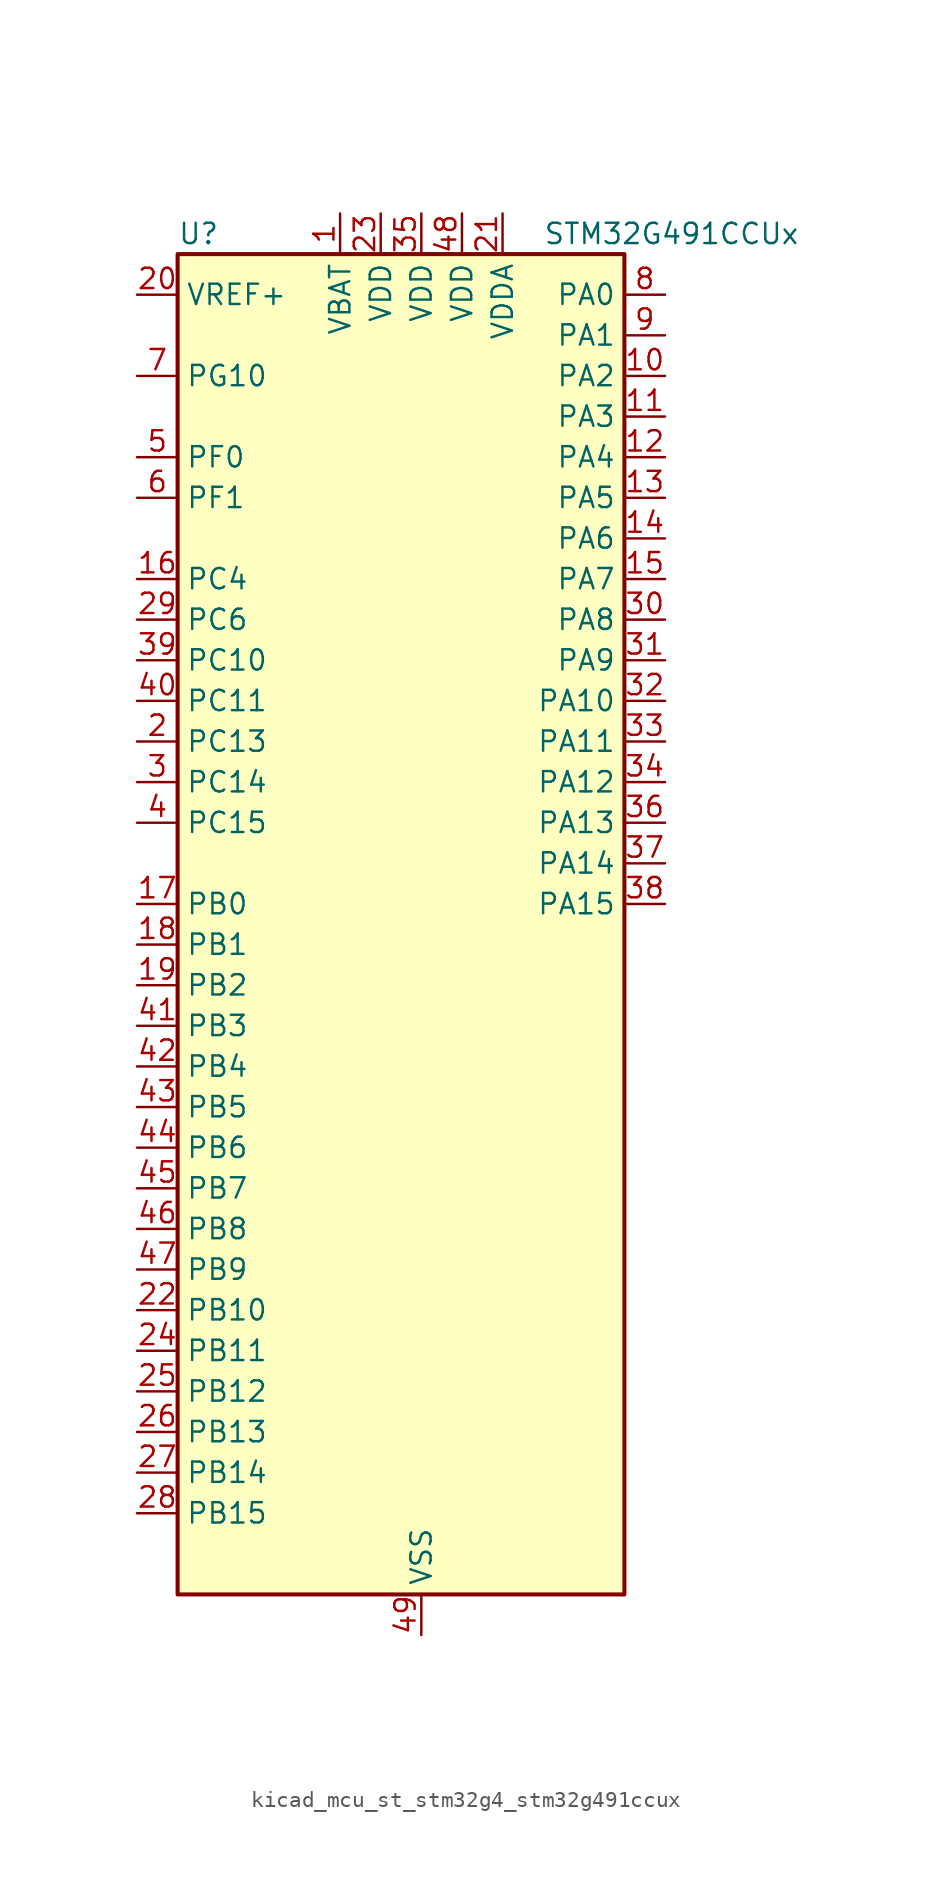
<source format=kicad_sym>
(kicad_symbol_lib
  (version 20220914)
  (generator kicad_symbol_editor)
  (symbol "kicad_mcu_st_stm32g4_stm32g491ccux"
    (property "Reference" "U"
      (at -12.7 44.45 0)
      (effects (font (size 1.27 1.27)) (justify left)))
    (property "Value" "STM32G491CCUx"
      (at 10.16 44.45 0)
      (effects (font (size 1.27 1.27)) (justify left)))
    (property "ki_locked" ""
      (at 0 0 0)
      (effects (font (size 1.27 1.27))))
    (symbol "kicad_mcu_st_stm32g4_stm32g491ccux_0_1"
      (rectangle (start -12.7 -40.64) (end 15.24 43.18) (stroke (width 0.254) (type default)) (fill (type background))))
    (symbol "kicad_mcu_st_stm32g4_stm32g491ccux_1_1"
      (pin power_in line (at -2.54 45.72 270) (length 2.54) (name "VBAT" (effects (font (size 1.27 1.27)))) (number "1" (effects (font (size 1.27 1.27)))))
      (pin bidirectional line (at 17.78 35.56 180) (length 2.54) (name "PA2" (effects (font (size 1.27 1.27)))) (number "10" (effects (font (size 1.27 1.27)))) (alternate "ADC1_IN3" bidirectional line) (alternate "ADC3_EXTI2" bidirectional line) (alternate "COMP2_INM" bidirectional line) (alternate "COMP2_OUT" bidirectional line) (alternate "LPUART1_TX" bidirectional line) (alternate "OPAMP1_VOUT" bidirectional line) (alternate "QUADSPI1_BK1_NCS" bidirectional line) (alternate "RCC_LSCO" bidirectional line) (alternate "SYS_WKUP4" bidirectional line) (alternate "TIM15_CH1" bidirectional line) (alternate "TIM2_CH3" bidirectional line) (alternate "UCPD1_FRSTX1" bidirectional line) (alternate "UCPD1_FRSTX2" bidirectional line) (alternate "USART2_TX" bidirectional line))
      (pin bidirectional line (at 17.78 33.02 180) (length 2.54) (name "PA3" (effects (font (size 1.27 1.27)))) (number "11" (effects (font (size 1.27 1.27)))) (alternate "ADC1_IN4" bidirectional line) (alternate "ADC3_EXTI3" bidirectional line) (alternate "COMP2_INP" bidirectional line) (alternate "LPUART1_RX" bidirectional line) (alternate "OPAMP1_VINM" bidirectional line) (alternate "OPAMP1_VINM0" bidirectional line) (alternate "OPAMP1_VINM_SEC" bidirectional line) (alternate "OPAMP1_VINP" bidirectional line) (alternate "OPAMP1_VINP_SEC" bidirectional line) (alternate "QUADSPI1_CLK" bidirectional line) (alternate "SAI1_CK1" bidirectional line) (alternate "SAI1_MCLK_A" bidirectional line) (alternate "TIM15_CH2" bidirectional line) (alternate "TIM2_CH4" bidirectional line) (alternate "USART2_RX" bidirectional line))
      (pin bidirectional line (at 17.78 30.48 180) (length 2.54) (name "PA4" (effects (font (size 1.27 1.27)))) (number "12" (effects (font (size 1.27 1.27)))) (alternate "ADC2_IN17" bidirectional line) (alternate "COMP1_INM" bidirectional line) (alternate "DAC1_OUT1" bidirectional line) (alternate "I2S3_WS" bidirectional line) (alternate "SAI1_FS_B" bidirectional line) (alternate "SPI1_NSS" bidirectional line) (alternate "SPI3_NSS" bidirectional line) (alternate "TIM3_CH2" bidirectional line) (alternate "USART2_CK" bidirectional line))
      (pin bidirectional line (at 17.78 27.94 180) (length 2.54) (name "PA5" (effects (font (size 1.27 1.27)))) (number "13" (effects (font (size 1.27 1.27)))) (alternate "ADC2_IN13" bidirectional line) (alternate "COMP2_INM" bidirectional line) (alternate "DAC1_OUT2" bidirectional line) (alternate "OPAMP2_VINM" bidirectional line) (alternate "OPAMP2_VINM0" bidirectional line) (alternate "OPAMP2_VINM_SEC" bidirectional line) (alternate "SPI1_SCK" bidirectional line) (alternate "TIM2_CH1" bidirectional line) (alternate "TIM2_ETR" bidirectional line) (alternate "UCPD1_FRSTX1" bidirectional line) (alternate "UCPD1_FRSTX2" bidirectional line))
      (pin bidirectional line (at 17.78 25.4 180) (length 2.54) (name "PA6" (effects (font (size 1.27 1.27)))) (number "14" (effects (font (size 1.27 1.27)))) (alternate "ADC2_IN3" bidirectional line) (alternate "COMP1_OUT" bidirectional line) (alternate "LPUART1_CTS" bidirectional line) (alternate "OPAMP2_VOUT" bidirectional line) (alternate "QUADSPI1_BK1_IO3" bidirectional line) (alternate "SPI1_MISO" bidirectional line) (alternate "TIM16_CH1" bidirectional line) (alternate "TIM1_BKIN" bidirectional line) (alternate "TIM3_CH1" bidirectional line) (alternate "TIM8_BKIN" bidirectional line))
      (pin bidirectional line (at 17.78 22.86 180) (length 2.54) (name "PA7" (effects (font (size 1.27 1.27)))) (number "15" (effects (font (size 1.27 1.27)))) (alternate "ADC2_IN4" bidirectional line) (alternate "COMP2_INP" bidirectional line) (alternate "COMP2_OUT" bidirectional line) (alternate "OPAMP1_VINP" bidirectional line) (alternate "OPAMP1_VINP_SEC" bidirectional line) (alternate "OPAMP2_VINP" bidirectional line) (alternate "OPAMP2_VINP_SEC" bidirectional line) (alternate "QUADSPI1_BK1_IO2" bidirectional line) (alternate "SPI1_MOSI" bidirectional line) (alternate "TIM17_CH1" bidirectional line) (alternate "TIM1_CH1N" bidirectional line) (alternate "TIM3_CH2" bidirectional line) (alternate "TIM8_CH1N" bidirectional line) (alternate "UCPD1_FRSTX1" bidirectional line) (alternate "UCPD1_FRSTX2" bidirectional line))
      (pin bidirectional line (at -15.24 22.86 0) (length 2.54) (name "PC4" (effects (font (size 1.27 1.27)))) (number "16" (effects (font (size 1.27 1.27)))) (alternate "ADC2_IN5" bidirectional line) (alternate "I2C2_SCL" bidirectional line) (alternate "QUADSPI1_BK2_IO3" bidirectional line) (alternate "TIM1_ETR" bidirectional line) (alternate "USART1_TX" bidirectional line))
      (pin bidirectional line (at -15.24 2.54 0) (length 2.54) (name "PB0" (effects (font (size 1.27 1.27)))) (number "17" (effects (font (size 1.27 1.27)))) (alternate "ADC1_IN15" bidirectional line) (alternate "ADC3_IN12" bidirectional line) (alternate "COMP4_INP" bidirectional line) (alternate "OPAMP2_VINP" bidirectional line) (alternate "OPAMP2_VINP_SEC" bidirectional line) (alternate "OPAMP3_VINP" bidirectional line) (alternate "OPAMP3_VINP_SEC" bidirectional line) (alternate "QUADSPI1_BK1_IO1" bidirectional line) (alternate "TIM1_CH2N" bidirectional line) (alternate "TIM3_CH3" bidirectional line) (alternate "TIM8_CH2N" bidirectional line) (alternate "UCPD1_FRSTX1" bidirectional line) (alternate "UCPD1_FRSTX2" bidirectional line))
      (pin bidirectional line (at -15.24 0 0) (length 2.54) (name "PB1" (effects (font (size 1.27 1.27)))) (number "18" (effects (font (size 1.27 1.27)))) (alternate "ADC1_IN12" bidirectional line) (alternate "ADC3_IN1" bidirectional line) (alternate "COMP1_INP" bidirectional line) (alternate "COMP4_OUT" bidirectional line) (alternate "LPUART1_DE" bidirectional line) (alternate "LPUART1_RTS" bidirectional line) (alternate "OPAMP3_VOUT" bidirectional line) (alternate "OPAMP6_VINM" bidirectional line) (alternate "OPAMP6_VINM1" bidirectional line) (alternate "OPAMP6_VINM_SEC" bidirectional line) (alternate "QUADSPI1_BK1_IO0" bidirectional line) (alternate "TIM1_CH3N" bidirectional line) (alternate "TIM3_CH4" bidirectional line) (alternate "TIM8_CH3N" bidirectional line))
      (pin bidirectional line (at -15.24 -2.54 0) (length 2.54) (name "PB2" (effects (font (size 1.27 1.27)))) (number "19" (effects (font (size 1.27 1.27)))) (alternate "ADC2_IN12" bidirectional line) (alternate "ADC3_EXTI2" bidirectional line) (alternate "COMP4_INM" bidirectional line) (alternate "I2C3_SMBA" bidirectional line) (alternate "LPTIM1_OUT" bidirectional line) (alternate "OPAMP3_VINM" bidirectional line) (alternate "OPAMP3_VINM0" bidirectional line) (alternate "OPAMP3_VINM_SEC" bidirectional line) (alternate "QUADSPI1_BK2_IO1" bidirectional line) (alternate "RTC_OUT2" bidirectional line) (alternate "TIM20_CH1" bidirectional line))
      (pin bidirectional line (at -15.24 12.7 0) (length 2.54) (name "PC13" (effects (font (size 1.27 1.27)))) (number "2" (effects (font (size 1.27 1.27)))) (alternate "RTC_OUT1" bidirectional line) (alternate "RTC_TAMP1" bidirectional line) (alternate "RTC_TS" bidirectional line) (alternate "SYS_WKUP2" bidirectional line) (alternate "TIM1_BKIN" bidirectional line) (alternate "TIM1_CH1N" bidirectional line) (alternate "TIM8_CH4N" bidirectional line))
      (pin input line (at -15.24 40.64 0) (length 2.54) (name "VREF+" (effects (font (size 1.27 1.27)))) (number "20" (effects (font (size 1.27 1.27)))) (alternate "VREFBUF_OUT" bidirectional line))
      (pin power_in line (at 7.62 45.72 270) (length 2.54) (name "VDDA" (effects (font (size 1.27 1.27)))) (number "21" (effects (font (size 1.27 1.27)))))
      (pin bidirectional line (at -15.24 -22.86 0) (length 2.54) (name "PB10" (effects (font (size 1.27 1.27)))) (number "22" (effects (font (size 1.27 1.27)))) (alternate "DAC1_EXTI10" bidirectional line) (alternate "DAC3_EXTI10" bidirectional line) (alternate "LPUART1_RX" bidirectional line) (alternate "OPAMP3_VINM" bidirectional line) (alternate "OPAMP3_VINM1" bidirectional line) (alternate "OPAMP3_VINM_SEC" bidirectional line) (alternate "QUADSPI1_CLK" bidirectional line) (alternate "SAI1_SCK_A" bidirectional line) (alternate "TIM1_BKIN" bidirectional line) (alternate "TIM2_CH3" bidirectional line) (alternate "USART3_TX" bidirectional line))
      (pin power_in line (at 0 45.72 270) (length 2.54) (name "VDD" (effects (font (size 1.27 1.27)))) (number "23" (effects (font (size 1.27 1.27)))))
      (pin bidirectional line (at -15.24 -25.4 0) (length 2.54) (name "PB11" (effects (font (size 1.27 1.27)))) (number "24" (effects (font (size 1.27 1.27)))) (alternate "ADC1_EXTI11" bidirectional line) (alternate "ADC1_IN14" bidirectional line) (alternate "ADC2_EXTI11" bidirectional line) (alternate "ADC2_IN14" bidirectional line) (alternate "LPUART1_TX" bidirectional line) (alternate "OPAMP6_VOUT" bidirectional line) (alternate "QUADSPI1_BK1_NCS" bidirectional line) (alternate "TIM2_CH4" bidirectional line) (alternate "USART3_RX" bidirectional line))
      (pin bidirectional line (at -15.24 -27.94 0) (length 2.54) (name "PB12" (effects (font (size 1.27 1.27)))) (number "25" (effects (font (size 1.27 1.27)))) (alternate "ADC1_IN11" bidirectional line) (alternate "FDCAN2_RX" bidirectional line) (alternate "I2C2_SMBA" bidirectional line) (alternate "I2S2_WS" bidirectional line) (alternate "LPUART1_DE" bidirectional line) (alternate "LPUART1_RTS" bidirectional line) (alternate "OPAMP6_VINP" bidirectional line) (alternate "OPAMP6_VINP_SEC" bidirectional line) (alternate "SPI2_NSS" bidirectional line) (alternate "TIM1_BKIN" bidirectional line) (alternate "USART3_CK" bidirectional line))
      (pin bidirectional line (at -15.24 -30.48 0) (length 2.54) (name "PB13" (effects (font (size 1.27 1.27)))) (number "26" (effects (font (size 1.27 1.27)))) (alternate "ADC3_IN5" bidirectional line) (alternate "FDCAN2_TX" bidirectional line) (alternate "I2S2_CK" bidirectional line) (alternate "LPUART1_CTS" bidirectional line) (alternate "OPAMP3_VINP" bidirectional line) (alternate "OPAMP3_VINP_SEC" bidirectional line) (alternate "OPAMP6_VINP" bidirectional line) (alternate "OPAMP6_VINP_SEC" bidirectional line) (alternate "SPI2_SCK" bidirectional line) (alternate "TIM1_CH1N" bidirectional line) (alternate "USART3_CTS" bidirectional line) (alternate "USART3_NSS" bidirectional line))
      (pin bidirectional line (at -15.24 -33.02 0) (length 2.54) (name "PB14" (effects (font (size 1.27 1.27)))) (number "27" (effects (font (size 1.27 1.27)))) (alternate "ADC1_IN5" bidirectional line) (alternate "COMP4_OUT" bidirectional line) (alternate "OPAMP2_VINP" bidirectional line) (alternate "OPAMP2_VINP_SEC" bidirectional line) (alternate "SPI2_MISO" bidirectional line) (alternate "TIM15_CH1" bidirectional line) (alternate "TIM1_CH2N" bidirectional line) (alternate "USART3_DE" bidirectional line) (alternate "USART3_RTS" bidirectional line))
      (pin bidirectional line (at -15.24 -35.56 0) (length 2.54) (name "PB15" (effects (font (size 1.27 1.27)))) (number "28" (effects (font (size 1.27 1.27)))) (alternate "ADC1_EXTI15" bidirectional line) (alternate "ADC2_EXTI15" bidirectional line) (alternate "ADC2_IN15" bidirectional line) (alternate "COMP3_OUT" bidirectional line) (alternate "I2S2_SD" bidirectional line) (alternate "RTC_REFIN" bidirectional line) (alternate "SPI2_MOSI" bidirectional line) (alternate "TIM15_CH1N" bidirectional line) (alternate "TIM15_CH2" bidirectional line) (alternate "TIM1_CH3N" bidirectional line))
      (pin bidirectional line (at -15.24 20.32 0) (length 2.54) (name "PC6" (effects (font (size 1.27 1.27)))) (number "29" (effects (font (size 1.27 1.27)))) (alternate "I2S2_MCK" bidirectional line) (alternate "TIM3_CH1" bidirectional line) (alternate "TIM8_CH1" bidirectional line))
      (pin bidirectional line (at -15.24 10.16 0) (length 2.54) (name "PC14" (effects (font (size 1.27 1.27)))) (number "3" (effects (font (size 1.27 1.27)))) (alternate "RCC_OSC32_IN" bidirectional line))
      (pin bidirectional line (at 17.78 20.32 180) (length 2.54) (name "PA8" (effects (font (size 1.27 1.27)))) (number "30" (effects (font (size 1.27 1.27)))) (alternate "I2C2_SDA" bidirectional line) (alternate "I2C3_SCL" bidirectional line) (alternate "I2S2_MCK" bidirectional line) (alternate "RCC_MCO" bidirectional line) (alternate "SAI1_CK2" bidirectional line) (alternate "SAI1_SCK_A" bidirectional line) (alternate "TIM1_CH1" bidirectional line) (alternate "TIM4_ETR" bidirectional line) (alternate "USART1_CK" bidirectional line))
      (pin bidirectional line (at 17.78 17.78 180) (length 2.54) (name "PA9" (effects (font (size 1.27 1.27)))) (number "31" (effects (font (size 1.27 1.27)))) (alternate "DAC1_EXTI9" bidirectional line) (alternate "DAC3_EXTI9" bidirectional line) (alternate "I2C2_SCL" bidirectional line) (alternate "I2C3_SMBA" bidirectional line) (alternate "I2S3_MCK" bidirectional line) (alternate "SAI1_FS_A" bidirectional line) (alternate "TIM15_BKIN" bidirectional line) (alternate "TIM1_CH2" bidirectional line) (alternate "TIM2_CH3" bidirectional line) (alternate "UCPD1_DBCC1" bidirectional line) (alternate "USART1_TX" bidirectional line))
      (pin bidirectional line (at 17.78 15.24 180) (length 2.54) (name "PA10" (effects (font (size 1.27 1.27)))) (number "32" (effects (font (size 1.27 1.27)))) (alternate "CRS_SYNC" bidirectional line) (alternate "DAC1_EXTI10" bidirectional line) (alternate "DAC3_EXTI10" bidirectional line) (alternate "I2C2_SMBA" bidirectional line) (alternate "SAI1_D1" bidirectional line) (alternate "SAI1_SD_A" bidirectional line) (alternate "SPI2_MISO" bidirectional line) (alternate "TIM17_BKIN" bidirectional line) (alternate "TIM1_CH3" bidirectional line) (alternate "TIM2_CH4" bidirectional line) (alternate "TIM8_BKIN" bidirectional line) (alternate "UCPD1_DBCC2" bidirectional line) (alternate "USART1_RX" bidirectional line))
      (pin bidirectional line (at 17.78 12.7 180) (length 2.54) (name "PA11" (effects (font (size 1.27 1.27)))) (number "33" (effects (font (size 1.27 1.27)))) (alternate "ADC1_EXTI11" bidirectional line) (alternate "ADC2_EXTI11" bidirectional line) (alternate "COMP1_OUT" bidirectional line) (alternate "FDCAN1_RX" bidirectional line) (alternate "I2S2_SD" bidirectional line) (alternate "SPI2_MOSI" bidirectional line) (alternate "TIM1_BKIN2" bidirectional line) (alternate "TIM1_CH1N" bidirectional line) (alternate "TIM1_CH4" bidirectional line) (alternate "TIM4_CH1" bidirectional line) (alternate "USART1_CTS" bidirectional line) (alternate "USART1_NSS" bidirectional line) (alternate "USB_DM" bidirectional line))
      (pin bidirectional line (at 17.78 10.16 180) (length 2.54) (name "PA12" (effects (font (size 1.27 1.27)))) (number "34" (effects (font (size 1.27 1.27)))) (alternate "COMP2_OUT" bidirectional line) (alternate "FDCAN1_TX" bidirectional line) (alternate "I2S_CKIN" bidirectional line) (alternate "TIM16_CH1" bidirectional line) (alternate "TIM1_CH2N" bidirectional line) (alternate "TIM1_ETR" bidirectional line) (alternate "TIM4_CH2" bidirectional line) (alternate "USART1_DE" bidirectional line) (alternate "USART1_RTS" bidirectional line) (alternate "USB_DP" bidirectional line))
      (pin power_in line (at 2.54 45.72 270) (length 2.54) (name "VDD" (effects (font (size 1.27 1.27)))) (number "35" (effects (font (size 1.27 1.27)))))
      (pin bidirectional line (at 17.78 7.62 180) (length 2.54) (name "PA13" (effects (font (size 1.27 1.27)))) (number "36" (effects (font (size 1.27 1.27)))) (alternate "I2C1_SCL" bidirectional line) (alternate "IR_OUT" bidirectional line) (alternate "SAI1_SD_B" bidirectional line) (alternate "SYS_JTMS-SWDIO" bidirectional line) (alternate "TIM16_CH1N" bidirectional line) (alternate "TIM4_CH3" bidirectional line) (alternate "USART3_CTS" bidirectional line) (alternate "USART3_NSS" bidirectional line))
      (pin bidirectional line (at 17.78 5.08 180) (length 2.54) (name "PA14" (effects (font (size 1.27 1.27)))) (number "37" (effects (font (size 1.27 1.27)))) (alternate "I2C1_SDA" bidirectional line) (alternate "LPTIM1_OUT" bidirectional line) (alternate "SAI1_FS_B" bidirectional line) (alternate "SYS_JTCK-SWCLK" bidirectional line) (alternate "TIM1_BKIN" bidirectional line) (alternate "TIM8_CH2" bidirectional line) (alternate "USART2_TX" bidirectional line))
      (pin bidirectional line (at 17.78 2.54 180) (length 2.54) (name "PA15" (effects (font (size 1.27 1.27)))) (number "38" (effects (font (size 1.27 1.27)))) (alternate "ADC1_EXTI15" bidirectional line) (alternate "ADC2_EXTI15" bidirectional line) (alternate "I2C1_SCL" bidirectional line) (alternate "I2S3_WS" bidirectional line) (alternate "SPI1_NSS" bidirectional line) (alternate "SPI3_NSS" bidirectional line) (alternate "SYS_JTDI" bidirectional line) (alternate "TIM1_BKIN" bidirectional line) (alternate "TIM20_ETR" bidirectional line) (alternate "TIM2_CH1" bidirectional line) (alternate "TIM2_ETR" bidirectional line) (alternate "TIM8_CH1" bidirectional line) (alternate "USART2_RX" bidirectional line))
      (pin bidirectional line (at -15.24 17.78 0) (length 2.54) (name "PC10" (effects (font (size 1.27 1.27)))) (number "39" (effects (font (size 1.27 1.27)))) (alternate "DAC1_EXTI10" bidirectional line) (alternate "DAC3_EXTI10" bidirectional line) (alternate "I2S3_CK" bidirectional line) (alternate "SPI3_SCK" bidirectional line) (alternate "TIM8_CH1N" bidirectional line) (alternate "USART3_TX" bidirectional line))
      (pin bidirectional line (at -15.24 7.62 0) (length 2.54) (name "PC15" (effects (font (size 1.27 1.27)))) (number "4" (effects (font (size 1.27 1.27)))) (alternate "ADC1_EXTI15" bidirectional line) (alternate "ADC2_EXTI15" bidirectional line) (alternate "RCC_OSC32_OUT" bidirectional line))
      (pin bidirectional line (at -15.24 15.24 0) (length 2.54) (name "PC11" (effects (font (size 1.27 1.27)))) (number "40" (effects (font (size 1.27 1.27)))) (alternate "ADC1_EXTI11" bidirectional line) (alternate "ADC2_EXTI11" bidirectional line) (alternate "I2C3_SDA" bidirectional line) (alternate "SPI3_MISO" bidirectional line) (alternate "TIM8_CH2N" bidirectional line) (alternate "USART3_RX" bidirectional line))
      (pin bidirectional line (at -15.24 -5.08 0) (length 2.54) (name "PB3" (effects (font (size 1.27 1.27)))) (number "41" (effects (font (size 1.27 1.27)))) (alternate "ADC3_EXTI3" bidirectional line) (alternate "CRS_SYNC" bidirectional line) (alternate "I2S3_CK" bidirectional line) (alternate "SAI1_SCK_B" bidirectional line) (alternate "SPI1_SCK" bidirectional line) (alternate "SPI3_SCK" bidirectional line) (alternate "SYS_JTDO-SWO" bidirectional line) (alternate "TIM2_CH2" bidirectional line) (alternate "TIM3_ETR" bidirectional line) (alternate "TIM4_ETR" bidirectional line) (alternate "TIM8_CH1N" bidirectional line) (alternate "USART2_TX" bidirectional line))
      (pin bidirectional line (at -15.24 -7.62 0) (length 2.54) (name "PB4" (effects (font (size 1.27 1.27)))) (number "42" (effects (font (size 1.27 1.27)))) (alternate "SAI1_MCLK_B" bidirectional line) (alternate "SPI1_MISO" bidirectional line) (alternate "SPI3_MISO" bidirectional line) (alternate "SYS_JTRST" bidirectional line) (alternate "TIM16_CH1" bidirectional line) (alternate "TIM17_BKIN" bidirectional line) (alternate "TIM3_CH1" bidirectional line) (alternate "TIM8_CH2N" bidirectional line) (alternate "UCPD1_CC2" bidirectional line) (alternate "USART2_RX" bidirectional line))
      (pin bidirectional line (at -15.24 -10.16 0) (length 2.54) (name "PB5" (effects (font (size 1.27 1.27)))) (number "43" (effects (font (size 1.27 1.27)))) (alternate "FDCAN2_RX" bidirectional line) (alternate "I2C1_SMBA" bidirectional line) (alternate "I2C3_SDA" bidirectional line) (alternate "I2S3_SD" bidirectional line) (alternate "LPTIM1_IN1" bidirectional line) (alternate "SAI1_SD_B" bidirectional line) (alternate "SPI1_MOSI" bidirectional line) (alternate "SPI3_MOSI" bidirectional line) (alternate "TIM16_BKIN" bidirectional line) (alternate "TIM17_CH1" bidirectional line) (alternate "TIM3_CH2" bidirectional line) (alternate "TIM8_CH3N" bidirectional line) (alternate "USART2_CK" bidirectional line))
      (pin bidirectional line (at -15.24 -12.7 0) (length 2.54) (name "PB6" (effects (font (size 1.27 1.27)))) (number "44" (effects (font (size 1.27 1.27)))) (alternate "COMP4_OUT" bidirectional line) (alternate "FDCAN2_TX" bidirectional line) (alternate "LPTIM1_ETR" bidirectional line) (alternate "SAI1_FS_B" bidirectional line) (alternate "TIM16_CH1N" bidirectional line) (alternate "TIM4_CH1" bidirectional line) (alternate "TIM8_BKIN2" bidirectional line) (alternate "TIM8_CH1" bidirectional line) (alternate "TIM8_ETR" bidirectional line) (alternate "UCPD1_CC1" bidirectional line) (alternate "USART1_TX" bidirectional line))
      (pin bidirectional line (at -15.24 -15.24 0) (length 2.54) (name "PB7" (effects (font (size 1.27 1.27)))) (number "45" (effects (font (size 1.27 1.27)))) (alternate "COMP3_OUT" bidirectional line) (alternate "I2C1_SDA" bidirectional line) (alternate "LPTIM1_IN2" bidirectional line) (alternate "SYS_PVD_IN" bidirectional line) (alternate "TIM17_CH1N" bidirectional line) (alternate "TIM3_CH4" bidirectional line) (alternate "TIM4_CH2" bidirectional line) (alternate "TIM8_BKIN" bidirectional line) (alternate "USART1_RX" bidirectional line))
      (pin bidirectional line (at -15.24 -17.78 0) (length 2.54) (name "PB8" (effects (font (size 1.27 1.27)))) (number "46" (effects (font (size 1.27 1.27)))) (alternate "COMP1_OUT" bidirectional line) (alternate "FDCAN1_RX" bidirectional line) (alternate "I2C1_SCL" bidirectional line) (alternate "SAI1_CK1" bidirectional line) (alternate "SAI1_MCLK_A" bidirectional line) (alternate "TIM16_CH1" bidirectional line) (alternate "TIM1_BKIN" bidirectional line) (alternate "TIM4_CH3" bidirectional line) (alternate "TIM8_CH2" bidirectional line) (alternate "USART3_RX" bidirectional line))
      (pin bidirectional line (at -15.24 -20.32 0) (length 2.54) (name "PB9" (effects (font (size 1.27 1.27)))) (number "47" (effects (font (size 1.27 1.27)))) (alternate "COMP2_OUT" bidirectional line) (alternate "DAC1_EXTI9" bidirectional line) (alternate "DAC3_EXTI9" bidirectional line) (alternate "FDCAN1_TX" bidirectional line) (alternate "I2C1_SDA" bidirectional line) (alternate "IR_OUT" bidirectional line) (alternate "SAI1_D2" bidirectional line) (alternate "SAI1_FS_A" bidirectional line) (alternate "TIM17_CH1" bidirectional line) (alternate "TIM1_CH3N" bidirectional line) (alternate "TIM4_CH4" bidirectional line) (alternate "TIM8_CH3" bidirectional line) (alternate "USART3_TX" bidirectional line))
      (pin power_in line (at 5.08 45.72 270) (length 2.54) (name "VDD" (effects (font (size 1.27 1.27)))) (number "48" (effects (font (size 1.27 1.27)))))
      (pin power_in line (at 2.54 -43.18 90) (length 2.54) (name "VSS" (effects (font (size 1.27 1.27)))) (number "49" (effects (font (size 1.27 1.27)))))
      (pin bidirectional line (at -15.24 30.48 0) (length 2.54) (name "PF0" (effects (font (size 1.27 1.27)))) (number "5" (effects (font (size 1.27 1.27)))) (alternate "ADC1_IN10" bidirectional line) (alternate "I2C2_SDA" bidirectional line) (alternate "I2S2_WS" bidirectional line) (alternate "RCC_OSC_IN" bidirectional line) (alternate "SPI2_NSS" bidirectional line) (alternate "TIM1_CH3N" bidirectional line))
      (pin bidirectional line (at -15.24 27.94 0) (length 2.54) (name "PF1" (effects (font (size 1.27 1.27)))) (number "6" (effects (font (size 1.27 1.27)))) (alternate "ADC2_IN10" bidirectional line) (alternate "COMP3_INM" bidirectional line) (alternate "I2S2_CK" bidirectional line) (alternate "RCC_OSC_OUT" bidirectional line) (alternate "SPI2_SCK" bidirectional line))
      (pin bidirectional line (at -15.24 35.56 0) (length 2.54) (name "PG10" (effects (font (size 1.27 1.27)))) (number "7" (effects (font (size 1.27 1.27)))) (alternate "DAC1_EXTI10" bidirectional line) (alternate "DAC3_EXTI10" bidirectional line) (alternate "RCC_MCO" bidirectional line))
      (pin bidirectional line (at 17.78 40.64 180) (length 2.54) (name "PA0" (effects (font (size 1.27 1.27)))) (number "8" (effects (font (size 1.27 1.27)))) (alternate "ADC1_IN1" bidirectional line) (alternate "ADC2_IN1" bidirectional line) (alternate "COMP1_INM" bidirectional line) (alternate "COMP1_OUT" bidirectional line) (alternate "COMP3_INP" bidirectional line) (alternate "RTC_TAMP2" bidirectional line) (alternate "SYS_WKUP1" bidirectional line) (alternate "TIM2_CH1" bidirectional line) (alternate "TIM2_ETR" bidirectional line) (alternate "TIM8_BKIN" bidirectional line) (alternate "TIM8_ETR" bidirectional line) (alternate "USART2_CTS" bidirectional line) (alternate "USART2_NSS" bidirectional line))
      (pin bidirectional line (at 17.78 38.1 180) (length 2.54) (name "PA1" (effects (font (size 1.27 1.27)))) (number "9" (effects (font (size 1.27 1.27)))) (alternate "ADC1_IN2" bidirectional line) (alternate "ADC2_IN2" bidirectional line) (alternate "COMP1_INP" bidirectional line) (alternate "OPAMP1_VINP" bidirectional line) (alternate "OPAMP1_VINP_SEC" bidirectional line) (alternate "OPAMP3_VINP" bidirectional line) (alternate "OPAMP3_VINP_SEC" bidirectional line) (alternate "OPAMP6_VINM" bidirectional line) (alternate "OPAMP6_VINM0" bidirectional line) (alternate "OPAMP6_VINM_SEC" bidirectional line) (alternate "RTC_REFIN" bidirectional line) (alternate "TIM15_CH1N" bidirectional line) (alternate "TIM2_CH2" bidirectional line) (alternate "USART2_DE" bidirectional line) (alternate "USART2_RTS" bidirectional line)))))
</source>
